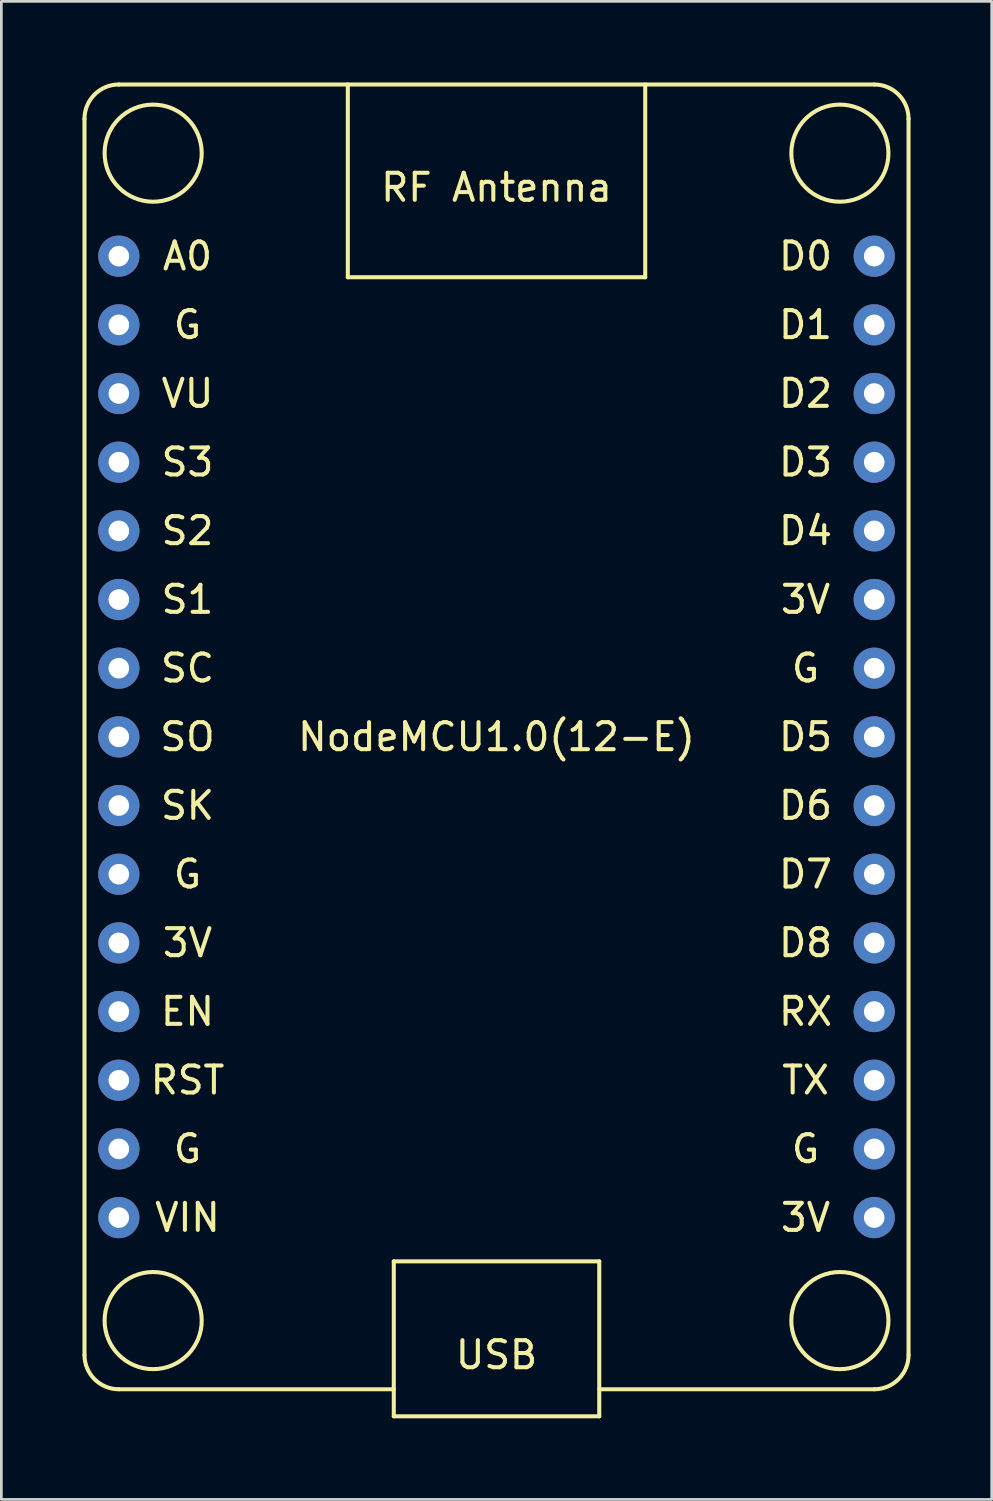
<source format=kicad_pcb>
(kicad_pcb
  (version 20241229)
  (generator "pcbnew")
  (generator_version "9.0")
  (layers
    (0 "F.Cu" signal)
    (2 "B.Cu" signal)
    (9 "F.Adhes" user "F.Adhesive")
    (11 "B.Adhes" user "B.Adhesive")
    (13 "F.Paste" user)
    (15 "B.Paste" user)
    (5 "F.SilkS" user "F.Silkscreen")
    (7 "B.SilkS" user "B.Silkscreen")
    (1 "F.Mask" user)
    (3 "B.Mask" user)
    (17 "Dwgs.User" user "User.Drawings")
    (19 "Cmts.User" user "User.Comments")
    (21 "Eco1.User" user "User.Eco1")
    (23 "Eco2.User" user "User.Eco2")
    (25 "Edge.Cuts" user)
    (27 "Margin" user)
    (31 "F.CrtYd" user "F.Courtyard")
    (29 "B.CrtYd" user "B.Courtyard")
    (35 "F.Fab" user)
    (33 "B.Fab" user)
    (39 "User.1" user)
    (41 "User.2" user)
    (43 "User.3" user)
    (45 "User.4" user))
  (footprint "NodeMCU1.0(12-E)"
    (layer "F.Cu")
    (at 15.315 24.205)
    (property "Reference" "NodeMCU1.0(12-E)" (at 0 0 0) (layer "F.SilkS") (effects (font (size 1 1) (thickness 0.15))))
    (attr through_hole)
    (fp_line (start -15.24 -22.86) (end -15.24 22.86) (stroke (width 0.15) (type solid)) (layer "F.SilkS"))
    (fp_line (start -5.5 -17) (end -5.5 -24.13) (stroke (width 0.15) (type solid)) (layer "F.SilkS"))
    (fp_line (start -3.8 19.4) (end 3.8 19.4) (stroke (width 0.15) (type solid)) (layer "F.SilkS"))
    (fp_line (start -3.8 24.13) (end -13.97 24.13) (stroke (width 0.15) (type solid)) (layer "F.SilkS"))
    (fp_line (start -3.8 25.13) (end -3.8 19.4) (stroke (width 0.15) (type solid)) (layer "F.SilkS"))
    (fp_line (start 3.8 19.4) (end 3.8 25.13) (stroke (width 0.15) (type solid)) (layer "F.SilkS"))
    (fp_line (start 3.8 25.13) (end -3.8 25.13) (stroke (width 0.15) (type solid)) (layer "F.SilkS"))
    (fp_line (start 5.5 -24.13) (end 5.5 -17) (stroke (width 0.15) (type solid)) (layer "F.SilkS"))
    (fp_line (start 5.5 -17) (end -5.5 -17) (stroke (width 0.15) (type solid)) (layer "F.SilkS"))
    (fp_line (start 13.97 -24.13) (end -13.97 -24.13) (stroke (width 0.15) (type solid)) (layer "F.SilkS"))
    (fp_line (start 13.98 24.13) (end 3.81 24.13) (stroke (width 0.15) (type solid)) (layer "F.SilkS"))
    (fp_line (start 15.24 -22.86) (end 15.24 22.86) (stroke (width 0.15) (type solid)) (layer "F.SilkS"))
    (fp_arc (start -15.24 -22.86) (mid -14.868026 -23.758026) (end -13.97 -24.13) (stroke (width 0.15) (type solid)) (layer "F.SilkS"))
    (fp_arc (start -13.97 24.13) (mid -14.868026 23.758026) (end -15.24 22.86) (stroke (width 0.15) (type solid)) (layer "F.SilkS"))
    (fp_arc (start 13.97 -24.13) (mid 14.868026 -23.758026) (end 15.24 -22.86) (stroke (width 0.15) (type solid)) (layer "F.SilkS"))
    (fp_arc (start 15.24 22.86) (mid 14.868026 23.758026) (end 13.97 24.13) (stroke (width 0.15) (type solid)) (layer "F.SilkS"))
    (fp_circle (center -12.7 -21.59) (end -11.43 -22.86) (stroke (width 0.15) (type solid)) (fill no) (layer "F.SilkS"))
    (fp_circle (center -12.7 21.59) (end -11.43 20.32) (stroke (width 0.15) (type solid)) (fill no) (layer "F.SilkS"))
    (fp_circle (center 12.7 -21.59) (end 13.97 -22.86) (stroke (width 0.15) (type solid)) (fill no) (layer "F.SilkS"))
    (fp_circle (center 12.7 21.59) (end 13.97 20.32) (stroke (width 0.15) (type solid)) (fill no) (layer "F.SilkS"))
    (fp_text user "D3" (at 11.43 -10.16 0) (layer "F.SilkS") (effects (font (size 1 1) (thickness 0.15))))
    (fp_text user "SK" (at -11.43 2.54 0) (layer "F.SilkS") (effects (font (size 1 1) (thickness 0.15))))
    (fp_text user "D0" (at 11.43 -17.78 0) (layer "F.SilkS") (effects (font (size 1 1) (thickness 0.15))))
    (fp_text user "D8" (at 11.43 7.62 0) (layer "F.SilkS") (effects (font (size 1 1) (thickness 0.15))))
    (fp_text user "3V" (at 11.43 17.78 0) (layer "F.SilkS") (effects (font (size 1 1) (thickness 0.15))))
    (fp_text user "G" (at -11.43 15.24 0) (layer "F.SilkS") (effects (font (size 1 1) (thickness 0.15))))
    (fp_text user "S3" (at -11.43 -10.16 0) (layer "F.SilkS") (effects (font (size 1 1) (thickness 0.15))))
    (fp_text user "G" (at 11.43 -2.54 0) (layer "F.SilkS") (effects (font (size 1 1) (thickness 0.15))))
    (fp_text user "VIN" (at -11.43 17.78 0) (layer "F.SilkS") (effects (font (size 1 1) (thickness 0.15))))
    (fp_text user "TX" (at 11.43 12.7 0) (layer "F.SilkS") (effects (font (size 1 1) (thickness 0.15))))
    (fp_text user "SO" (at -11.43 0 0) (layer "F.SilkS") (effects (font (size 1 1) (thickness 0.15))))
    (fp_text user "D2" (at 11.43 -12.7 0) (layer "F.SilkS") (effects (font (size 1 1) (thickness 0.15))))
    (fp_text user "G" (at -11.43 5.08 0) (layer "F.SilkS") (effects (font (size 1 1) (thickness 0.15))))
    (fp_text user "S1" (at -11.43 -5.08 0) (layer "F.SilkS") (effects (font (size 1 1) (thickness 0.15))))
    (fp_text user "RX" (at 11.43 10.16 0) (layer "F.SilkS") (effects (font (size 1 1) (thickness 0.15))))
    (fp_text user "S2" (at -11.43 -7.62 0) (layer "F.SilkS") (effects (font (size 1 1) (thickness 0.15))))
    (fp_text user "D4" (at 11.43 -7.62 0) (layer "F.SilkS") (effects (font (size 1 1) (thickness 0.15))))
    (fp_text user "D5" (at 11.43 0 0) (layer "F.SilkS") (effects (font (size 1 1) (thickness 0.15))))
    (fp_text user "RST" (at -11.43 12.7 0) (layer "F.SilkS") (effects (font (size 1 1) (thickness 0.15))))
    (fp_text user "D7" (at 11.43 5.08 0) (layer "F.SilkS") (effects (font (size 1 1) (thickness 0.15))))
    (fp_text user "USB" (at 0 22.86 0) (layer "F.SilkS") (effects (font (size 1 1) (thickness 0.15))))
    (fp_text user "RF Antenna" (at 0 -20.32 0) (layer "F.SilkS") (effects (font (size 1 1) (thickness 0.15))))
    (fp_text user "VU" (at -11.43 -12.7 0) (layer "F.SilkS") (effects (font (size 1 1) (thickness 0.15))))
    (fp_text user "SC" (at -11.43 -2.54 0) (layer "F.SilkS") (effects (font (size 1 1) (thickness 0.15))))
    (fp_text user "EN" (at -11.43 10.16 0) (layer "F.SilkS") (effects (font (size 1 1) (thickness 0.15))))
    (fp_text user "3V" (at 11.43 -5.08 0) (layer "F.SilkS") (effects (font (size 1 1) (thickness 0.15))))
    (fp_text user "3V" (at -11.43 7.62 0) (layer "F.SilkS") (effects (font (size 1 1) (thickness 0.15))))
    (fp_text user "A0" (at -11.43 -17.78 0) (layer "F.SilkS") (effects (font (size 1 1) (thickness 0.15))))
    (fp_text user "D1" (at 11.43 -15.24 0) (layer "F.SilkS") (effects (font (size 1 1) (thickness 0.15))))
    (fp_text user "G" (at -11.43 -15.24 0) (layer "F.SilkS") (effects (font (size 1 1) (thickness 0.15))))
    (fp_text user "G" (at 11.43 15.24 0) (layer "F.SilkS") (effects (font (size 1 1) (thickness 0.15))))
    (fp_text user "D6" (at 11.43 2.54 0) (layer "F.SilkS") (effects (font (size 1 1) (thickness 0.15))))
    (pad "1" thru_hole circle (at -13.97 -17.78) (size 1.524 1.524) (drill 0.762) (layers "*.Cu" "*.Mask"))
    (pad "2" thru_hole circle (at -13.97 -15.24) (size 1.524 1.524) (drill 0.762) (layers "*.Cu" "*.Mask"))
    (pad "3" thru_hole circle (at -13.97 -12.7) (size 1.524 1.524) (drill 0.762) (layers "*.Cu" "*.Mask"))
    (pad "4" thru_hole circle (at -13.97 -10.16) (size 1.524 1.524) (drill 0.762) (layers "*.Cu" "*.Mask"))
    (pad "5" thru_hole circle (at -13.97 -7.62) (size 1.524 1.524) (drill 0.762) (layers "*.Cu" "*.Mask"))
    (pad "6" thru_hole circle (at -13.97 -5.08) (size 1.524 1.524) (drill 0.762) (layers "*.Cu" "*.Mask"))
    (pad "7" thru_hole circle (at -13.97 -2.54) (size 1.524 1.524) (drill 0.762) (layers "*.Cu" "*.Mask"))
    (pad "8" thru_hole circle (at -13.97 0) (size 1.524 1.524) (drill 0.762) (layers "*.Cu" "*.Mask"))
    (pad "9" thru_hole circle (at -13.97 2.54) (size 1.524 1.524) (drill 0.762) (layers "*.Cu" "*.Mask"))
    (pad "10" thru_hole circle (at -13.97 5.08) (size 1.524 1.524) (drill 0.762) (layers "*.Cu" "*.Mask"))
    (pad "11" thru_hole circle (at -13.97 7.62) (size 1.524 1.524) (drill 0.762) (layers "*.Cu" "*.Mask"))
    (pad "12" thru_hole circle (at -13.97 10.16) (size 1.524 1.524) (drill 0.762) (layers "*.Cu" "*.Mask"))
    (pad "13" thru_hole circle (at -13.97 12.7) (size 1.524 1.524) (drill 0.762) (layers "*.Cu" "*.Mask"))
    (pad "14" thru_hole circle (at -13.97 15.24) (size 1.524 1.524) (drill 0.762) (layers "*.Cu" "*.Mask"))
    (pad "15" thru_hole circle (at -13.97 17.78) (size 1.524 1.524) (drill 0.762) (layers "*.Cu" "*.Mask"))
    (pad "16" thru_hole circle (at 13.97 17.78) (size 1.524 1.524) (drill 0.762) (layers "*.Cu" "*.Mask"))
    (pad "17" thru_hole circle (at 13.97 15.24) (size 1.524 1.524) (drill 0.762) (layers "*.Cu" "*.Mask"))
    (pad "18" thru_hole circle (at 13.97 12.7) (size 1.524 1.524) (drill 0.762) (layers "*.Cu" "*.Mask"))
    (pad "19" thru_hole circle (at 13.97 10.16) (size 1.524 1.524) (drill 0.762) (layers "*.Cu" "*.Mask"))
    (pad "20" thru_hole circle (at 13.97 7.62) (size 1.524 1.524) (drill 0.762) (layers "*.Cu" "*.Mask"))
    (pad "21" thru_hole circle (at 13.97 5.08) (size 1.524 1.524) (drill 0.762) (layers "*.Cu" "*.Mask"))
    (pad "22" thru_hole circle (at 13.97 2.54) (size 1.524 1.524) (drill 0.762) (layers "*.Cu" "*.Mask"))
    (pad "23" thru_hole circle (at 13.97 0) (size 1.524 1.524) (drill 0.762) (layers "*.Cu" "*.Mask"))
    (pad "24" thru_hole circle (at 13.97 -2.54) (size 1.524 1.524) (drill 0.762) (layers "*.Cu" "*.Mask"))
    (pad "25" thru_hole circle (at 13.97 -5.08) (size 1.524 1.524) (drill 0.762) (layers "*.Cu" "*.Mask"))
    (pad "26" thru_hole circle (at 13.97 -7.62) (size 1.524 1.524) (drill 0.762) (layers "*.Cu" "*.Mask"))
    (pad "27" thru_hole circle (at 13.97 -10.16) (size 1.524 1.524) (drill 0.762) (layers "*.Cu" "*.Mask"))
    (pad "28" thru_hole circle (at 13.97 -12.7) (size 1.524 1.524) (drill 0.762) (layers "*.Cu" "*.Mask"))
    (pad "29" thru_hole circle (at 13.97 -15.24) (size 1.524 1.524) (drill 0.762) (layers "*.Cu" "*.Mask"))
    (pad "30" thru_hole circle (at 13.97 -17.78) (size 1.524 1.524) (drill 0.762) (layers "*.Cu" "*.Mask")))
  (gr_rect
    (start -3 -3)
    (end 33.63 52.41)
    (stroke (width 0.1) (type default))
    (fill no)
    (layer "Edge.Cuts")))
</source>
